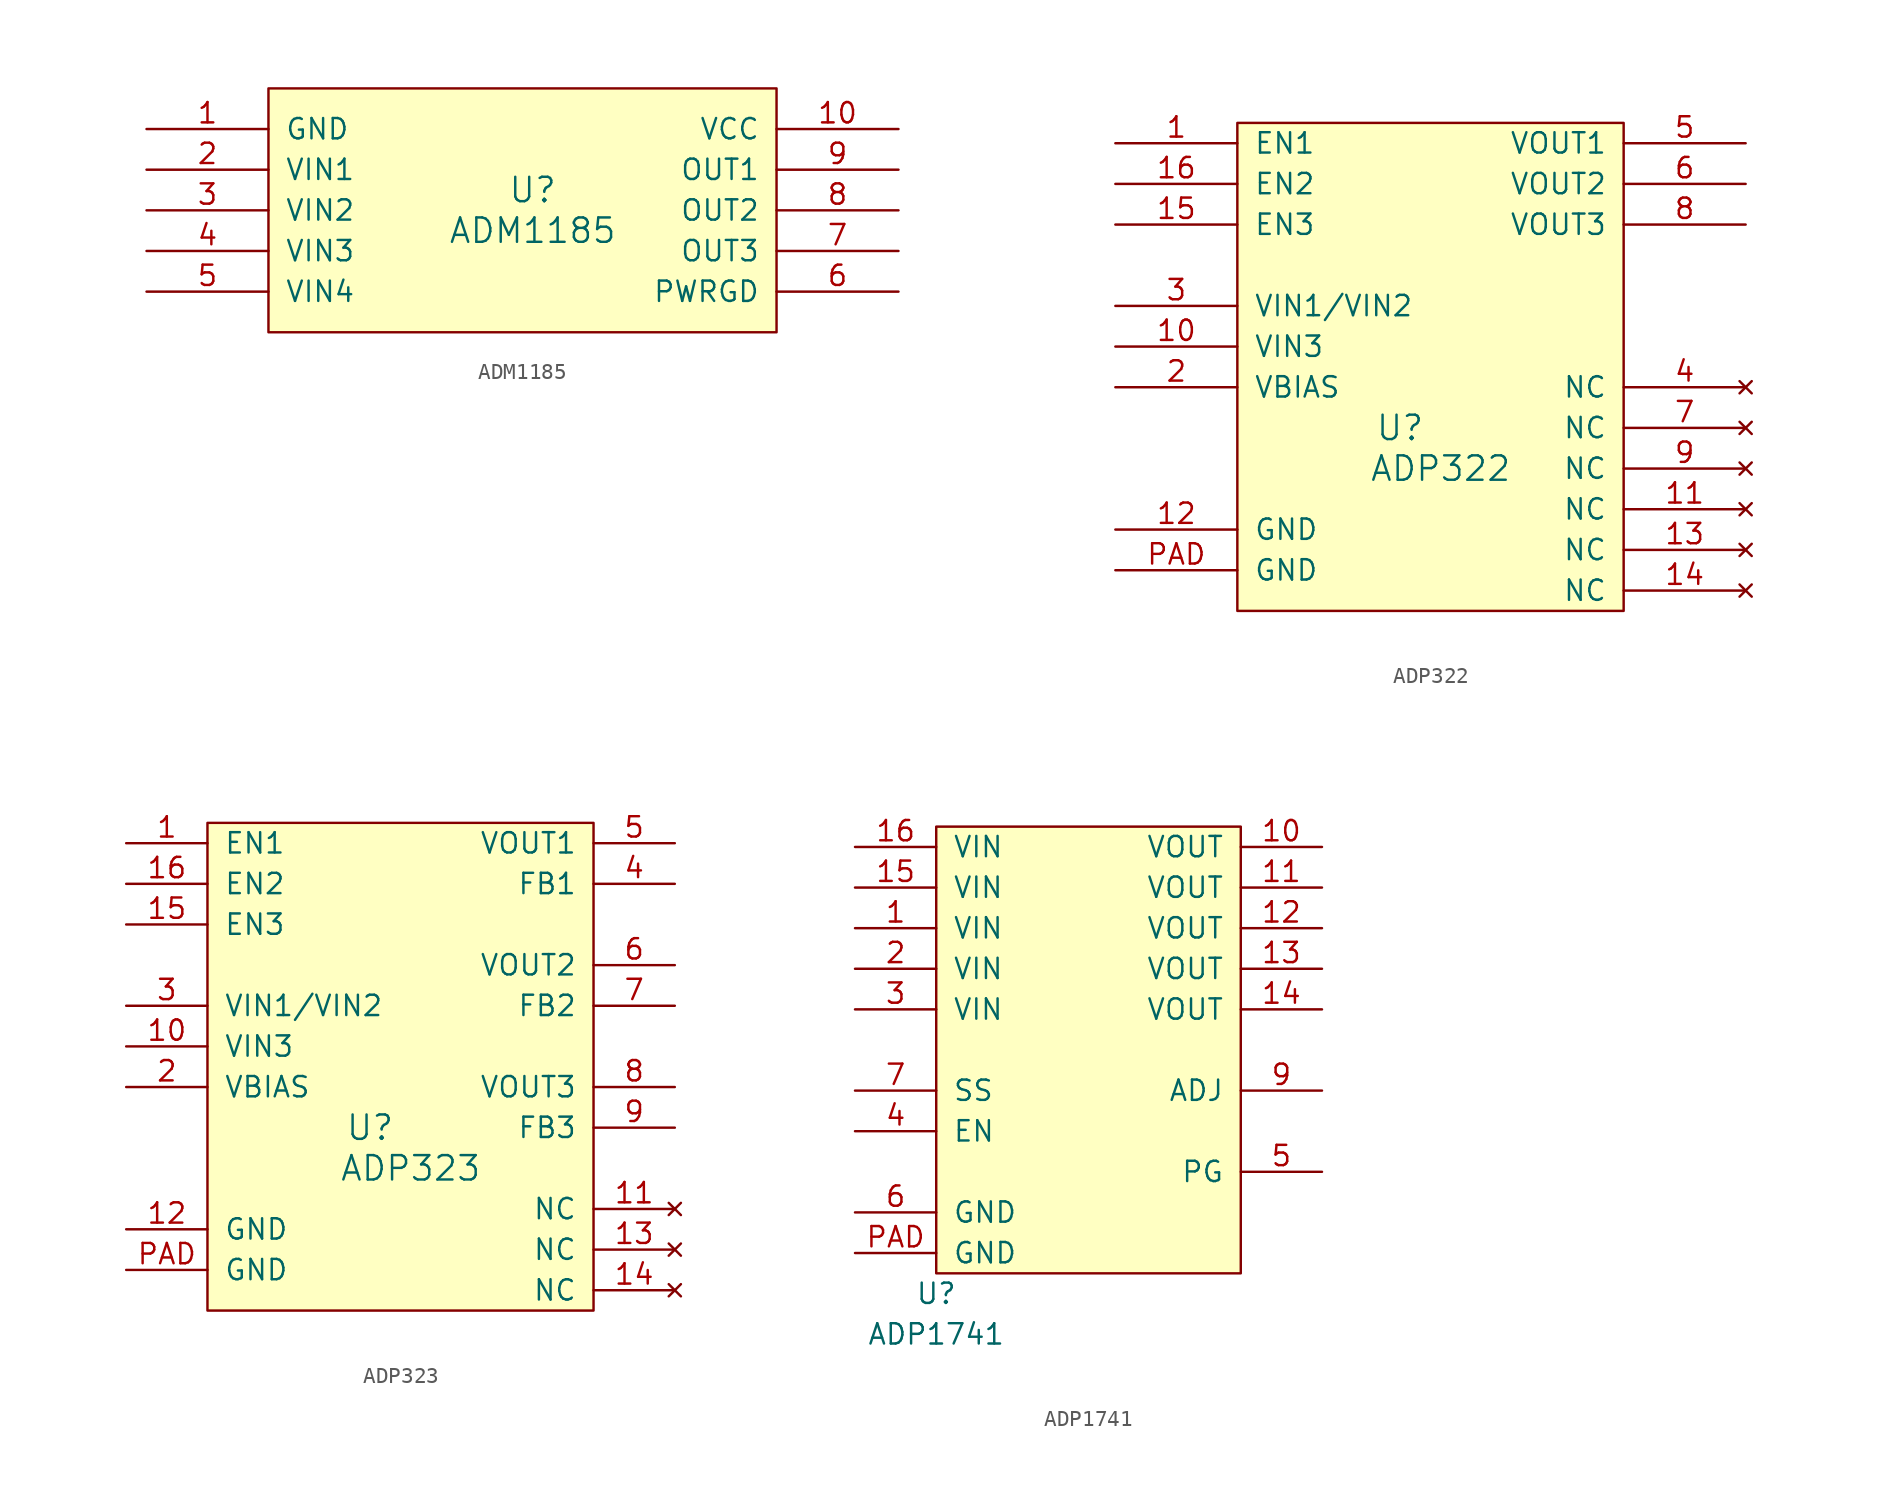
<source format=kicad_sym>
(kicad_symbol_lib
  (version 20231120)
  (generator "kicad_symbol_editor")
  (generator_version "8.0")
  (symbol "ADM1185"
    (pin_names
      (offset 1.016))
    (property "Reference" "U"
      (at 0 6.35 0)
      (effects (font (size 1.524 1.524))))
    (property "Value" "ADM1185"
      (at 0 3.81 0)
      (effects (font (size 1.524 1.524))))
    (property "Footprint" ""
      (at 0 0 0)
      (effects (font (size 1.524 1.524))))
    (property "Datasheet" ""
      (at 0 0 0)
      (effects (font (size 1.524 1.524))))
    (symbol "ADM1185_0_1"
      (rectangle (start -16.51 12.7) (end 15.24 -2.54) (stroke (width 0) (type default)) (fill (type background))))
    (symbol "ADM1185_1_1"
      (pin power_in line (at -24.13 10.16 0) (length 7.62) (name "GND" (effects (font (size 1.27 1.27)))) (number "1" (effects (font (size 1.27 1.27)))))
      (pin power_in line (at 22.86 10.16 180) (length 7.62) (name "VCC" (effects (font (size 1.27 1.27)))) (number "10" (effects (font (size 1.27 1.27)))))
      (pin input line (at -24.13 7.62 0) (length 7.62) (name "VIN1" (effects (font (size 1.27 1.27)))) (number "2" (effects (font (size 1.27 1.27)))))
      (pin input line (at -24.13 5.08 0) (length 7.62) (name "VIN2" (effects (font (size 1.27 1.27)))) (number "3" (effects (font (size 1.27 1.27)))))
      (pin input line (at -24.13 2.54 0) (length 7.62) (name "VIN3" (effects (font (size 1.27 1.27)))) (number "4" (effects (font (size 1.27 1.27)))))
      (pin input line (at -24.13 0 0) (length 7.62) (name "VIN4" (effects (font (size 1.27 1.27)))) (number "5" (effects (font (size 1.27 1.27)))))
      (pin output line (at 22.86 0 180) (length 7.62) (name "PWRGD" (effects (font (size 1.27 1.27)))) (number "6" (effects (font (size 1.27 1.27)))))
      (pin output line (at 22.86 2.54 180) (length 7.62) (name "OUT3" (effects (font (size 1.27 1.27)))) (number "7" (effects (font (size 1.27 1.27)))))
      (pin output line (at 22.86 5.08 180) (length 7.62) (name "OUT2" (effects (font (size 1.27 1.27)))) (number "8" (effects (font (size 1.27 1.27)))))
      (pin output line (at 22.86 7.62 180) (length 7.62) (name "OUT1" (effects (font (size 1.27 1.27)))) (number "9" (effects (font (size 1.27 1.27)))))))
  (symbol "ADP322"
    (pin_names
      (offset 1.016))
    (property "Reference" "U"
      (at -2.54 -5.08 0)
      (effects (font (size 1.524 1.524))))
    (property "Value" "ADP322"
      (at 0 -7.62 0)
      (effects (font (size 1.524 1.524))))
    (property "Footprint" ""
      (at 0 3.81 0)
      (effects (font (size 1.524 1.524))))
    (property "Datasheet" ""
      (at 0 3.81 0)
      (effects (font (size 1.524 1.524))))
    (symbol "ADP322_0_1"
      (rectangle (start -12.7 13.97) (end 11.43 -16.51) (stroke (width 0) (type default)) (fill (type background))))
    (symbol "ADP322_1_1"
      (pin input line (at -20.32 12.7 0) (length 7.62) (name "EN1" (effects (font (size 1.27 1.27)))) (number "1" (effects (font (size 1.27 1.27)))))
      (pin power_in line (at -20.32 0 0) (length 7.62) (name "VIN3" (effects (font (size 1.27 1.27)))) (number "10" (effects (font (size 1.27 1.27)))))
      (pin no_connect line (at 19.05 -10.16 180) (length 7.62) (name "NC" (effects (font (size 1.27 1.27)))) (number "11" (effects (font (size 1.27 1.27)))))
      (pin power_in line (at -20.32 -11.43 0) (length 7.62) (name "GND" (effects (font (size 1.27 1.27)))) (number "12" (effects (font (size 1.27 1.27)))))
      (pin no_connect line (at 19.05 -12.7 180) (length 7.62) (name "NC" (effects (font (size 1.27 1.27)))) (number "13" (effects (font (size 1.27 1.27)))))
      (pin no_connect line (at 19.05 -15.24 180) (length 7.62) (name "NC" (effects (font (size 1.27 1.27)))) (number "14" (effects (font (size 1.27 1.27)))))
      (pin input line (at -20.32 7.62 0) (length 7.62) (name "EN3" (effects (font (size 1.27 1.27)))) (number "15" (effects (font (size 1.27 1.27)))))
      (pin input line (at -20.32 10.16 0) (length 7.62) (name "EN2" (effects (font (size 1.27 1.27)))) (number "16" (effects (font (size 1.27 1.27)))))
      (pin power_in line (at -20.32 -2.54 0) (length 7.62) (name "VBIAS" (effects (font (size 1.27 1.27)))) (number "2" (effects (font (size 1.27 1.27)))))
      (pin power_in line (at -20.32 2.54 0) (length 7.62) (name "VIN1/VIN2" (effects (font (size 1.27 1.27)))) (number "3" (effects (font (size 1.27 1.27)))))
      (pin no_connect line (at 19.05 -2.54 180) (length 7.62) (name "NC" (effects (font (size 1.27 1.27)))) (number "4" (effects (font (size 1.27 1.27)))))
      (pin power_out line (at 19.05 12.7 180) (length 7.62) (name "VOUT1" (effects (font (size 1.27 1.27)))) (number "5" (effects (font (size 1.27 1.27)))))
      (pin power_out line (at 19.05 10.16 180) (length 7.62) (name "VOUT2" (effects (font (size 1.27 1.27)))) (number "6" (effects (font (size 1.27 1.27)))))
      (pin no_connect line (at 19.05 -5.08 180) (length 7.62) (name "NC" (effects (font (size 1.27 1.27)))) (number "7" (effects (font (size 1.27 1.27)))))
      (pin power_out line (at 19.05 7.62 180) (length 7.62) (name "VOUT3" (effects (font (size 1.27 1.27)))) (number "8" (effects (font (size 1.27 1.27)))))
      (pin no_connect line (at 19.05 -7.62 180) (length 7.62) (name "NC" (effects (font (size 1.27 1.27)))) (number "9" (effects (font (size 1.27 1.27)))))
      (pin power_in line (at -20.32 -13.97 0) (length 7.62) (name "GND" (effects (font (size 1.27 1.27)))) (number "PAD" (effects (font (size 1.27 1.27)))))))
  (symbol "ADP323"
    (pin_names
      (offset 1.016))
    (property "Reference" "U"
      (at -2.54 -5.08 0)
      (effects (font (size 1.524 1.524))))
    (property "Value" "ADP323"
      (at 0 -7.62 0)
      (effects (font (size 1.524 1.524))))
    (property "Footprint" ""
      (at 0 3.81 0)
      (effects (font (size 1.524 1.524))))
    (property "Datasheet" ""
      (at 0 3.81 0)
      (effects (font (size 1.524 1.524))))
    (symbol "ADP323_0_1"
      (rectangle (start -12.7 13.97) (end 11.43 -16.51) (stroke (width 0) (type default)) (fill (type background))))
    (symbol "ADP323_1_1"
      (pin input line (at -17.78 12.7 0) (length 5.08) (name "EN1" (effects (font (size 1.27 1.27)))) (number "1" (effects (font (size 1.27 1.27)))))
      (pin power_in line (at -17.78 0 0) (length 5.08) (name "VIN3" (effects (font (size 1.27 1.27)))) (number "10" (effects (font (size 1.27 1.27)))))
      (pin no_connect line (at 16.51 -10.16 180) (length 5.08) (name "NC" (effects (font (size 1.27 1.27)))) (number "11" (effects (font (size 1.27 1.27)))))
      (pin power_in line (at -17.78 -11.43 0) (length 5.08) (name "GND" (effects (font (size 1.27 1.27)))) (number "12" (effects (font (size 1.27 1.27)))))
      (pin no_connect line (at 16.51 -12.7 180) (length 5.08) (name "NC" (effects (font (size 1.27 1.27)))) (number "13" (effects (font (size 1.27 1.27)))))
      (pin no_connect line (at 16.51 -15.24 180) (length 5.08) (name "NC" (effects (font (size 1.27 1.27)))) (number "14" (effects (font (size 1.27 1.27)))))
      (pin input line (at -17.78 7.62 0) (length 5.08) (name "EN3" (effects (font (size 1.27 1.27)))) (number "15" (effects (font (size 1.27 1.27)))))
      (pin input line (at -17.78 10.16 0) (length 5.08) (name "EN2" (effects (font (size 1.27 1.27)))) (number "16" (effects (font (size 1.27 1.27)))))
      (pin power_in line (at -17.78 -2.54 0) (length 5.08) (name "VBIAS" (effects (font (size 1.27 1.27)))) (number "2" (effects (font (size 1.27 1.27)))))
      (pin power_in line (at -17.78 2.54 0) (length 5.08) (name "VIN1/VIN2" (effects (font (size 1.27 1.27)))) (number "3" (effects (font (size 1.27 1.27)))))
      (pin input line (at 16.51 10.16 180) (length 5.08) (name "FB1" (effects (font (size 1.27 1.27)))) (number "4" (effects (font (size 1.27 1.27)))))
      (pin power_out line (at 16.51 12.7 180) (length 5.08) (name "VOUT1" (effects (font (size 1.27 1.27)))) (number "5" (effects (font (size 1.27 1.27)))))
      (pin power_out line (at 16.51 5.08 180) (length 5.08) (name "VOUT2" (effects (font (size 1.27 1.27)))) (number "6" (effects (font (size 1.27 1.27)))))
      (pin input line (at 16.51 2.54 180) (length 5.08) (name "FB2" (effects (font (size 1.27 1.27)))) (number "7" (effects (font (size 1.27 1.27)))))
      (pin power_out line (at 16.51 -2.54 180) (length 5.08) (name "VOUT3" (effects (font (size 1.27 1.27)))) (number "8" (effects (font (size 1.27 1.27)))))
      (pin input line (at 16.51 -5.08 180) (length 5.08) (name "FB3" (effects (font (size 1.27 1.27)))) (number "9" (effects (font (size 1.27 1.27)))))
      (pin power_in line (at -17.78 -13.97 0) (length 5.08) (name "GND" (effects (font (size 1.27 1.27)))) (number "PAD" (effects (font (size 1.27 1.27)))))))
  (symbol "ADP1741"
    (pin_names
      (offset 1.016))
    (property "Reference" "U"
      (at 0 -1.27 0)
      (effects (font (size 1.27 1.27))))
    (property "Value" "ADP1741"
      (at 0 -3.81 0)
      (effects (font (size 1.27 1.27))))
    (symbol "ADP1741_0_1"
      (rectangle (start 0 27.94) (end 19.05 0) (stroke (width 0) (type default)) (fill (type background))))
    (symbol "ADP1741_1_1"
      (pin power_in line (at -5.08 21.59 0) (length 5.08) (name "VIN" (effects (font (size 1.27 1.27)))) (number "1" (effects (font (size 1.27 1.27)))))
      (pin power_out line (at 24.13 26.67 180) (length 5.08) (name "VOUT" (effects (font (size 1.27 1.27)))) (number "10" (effects (font (size 1.27 1.27)))))
      (pin power_in line (at 24.13 24.13 180) (length 5.08) (name "VOUT" (effects (font (size 1.27 1.27)))) (number "11" (effects (font (size 1.27 1.27)))))
      (pin power_in line (at 24.13 21.59 180) (length 5.08) (name "VOUT" (effects (font (size 1.27 1.27)))) (number "12" (effects (font (size 1.27 1.27)))))
      (pin power_in line (at 24.13 19.05 180) (length 5.08) (name "VOUT" (effects (font (size 1.27 1.27)))) (number "13" (effects (font (size 1.27 1.27)))))
      (pin power_in line (at 24.13 16.51 180) (length 5.08) (name "VOUT" (effects (font (size 1.27 1.27)))) (number "14" (effects (font (size 1.27 1.27)))))
      (pin power_in line (at -5.08 24.13 0) (length 5.08) (name "VIN" (effects (font (size 1.27 1.27)))) (number "15" (effects (font (size 1.27 1.27)))))
      (pin power_in line (at -5.08 26.67 0) (length 5.08) (name "VIN" (effects (font (size 1.27 1.27)))) (number "16" (effects (font (size 1.27 1.27)))))
      (pin power_in line (at -5.08 19.05 0) (length 5.08) (name "VIN" (effects (font (size 1.27 1.27)))) (number "2" (effects (font (size 1.27 1.27)))))
      (pin power_in line (at -5.08 16.51 0) (length 5.08) (name "VIN" (effects (font (size 1.27 1.27)))) (number "3" (effects (font (size 1.27 1.27)))))
      (pin input line (at -5.08 8.89 0) (length 5.08) (name "EN" (effects (font (size 1.27 1.27)))) (number "4" (effects (font (size 1.27 1.27)))))
      (pin output line (at 24.13 6.35 180) (length 5.08) (name "PG" (effects (font (size 1.27 1.27)))) (number "5" (effects (font (size 1.27 1.27)))))
      (pin power_in line (at -5.08 3.81 0) (length 5.08) (name "GND" (effects (font (size 1.27 1.27)))) (number "6" (effects (font (size 1.27 1.27)))))
      (pin passive line (at -5.08 11.43 0) (length 5.08) (name "SS" (effects (font (size 1.27 1.27)))) (number "7" (effects (font (size 1.27 1.27)))))
      (pin input line (at 24.13 11.43 180) (length 5.08) (name "ADJ" (effects (font (size 1.27 1.27)))) (number "9" (effects (font (size 1.27 1.27)))))
      (pin power_in line (at -5.08 1.27 0) (length 5.08) (name "GND" (effects (font (size 1.27 1.27)))) (number "PAD" (effects (font (size 1.27 1.27))))))))
</source>
